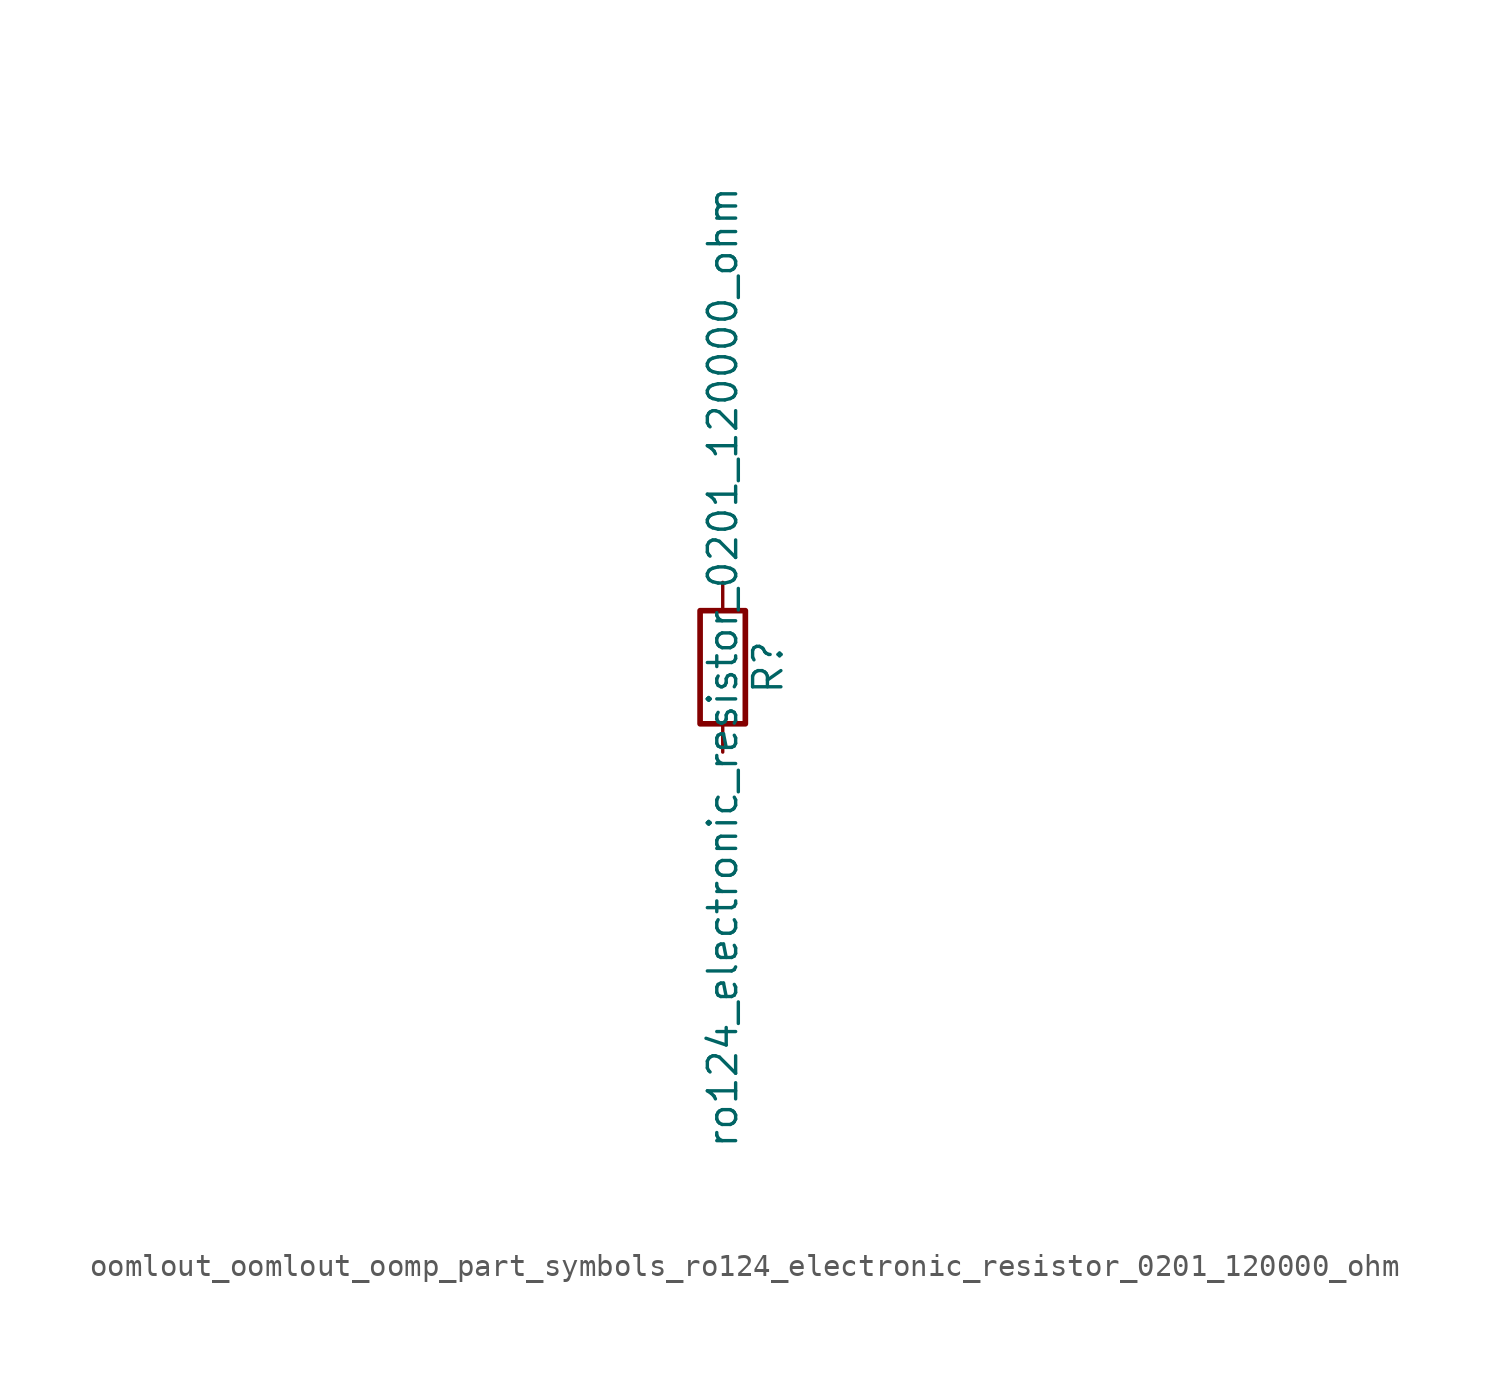
<source format=kicad_sym>
(kicad_symbol_lib
  (version 20220914)
  (generator kicad_symbol_editor)
  (symbol "oomlout_oomlout_oomp_part_symbols_ro124_electronic_resistor_0201_120000_ohm"
    (pin_numbers hide)
    (pin_names
      (offset 0))
    (property "Reference" "R"
      (at 2.032 0 90)
      (effects (font (size 1.27 1.27))))
    (property "Value" "ro124_electronic_resistor_0201_120000_ohm"
      (at 0 0 90)
      (effects (font (size 1.27 1.27))))
    (symbol "oomlout_oomlout_oomp_part_symbols_ro124_electronic_resistor_0201_120000_ohm_0_1"
      (rectangle (start -1.016 -2.54) (end 1.016 2.54) (stroke (width 0.254) (type default)) (fill (type none))))
    (symbol "oomlout_oomlout_oomp_part_symbols_ro124_electronic_resistor_0201_120000_ohm_1_1"
      (pin passive line (at 0 3.81 270) (length 1.27) (name "~" (effects (font (size 1.27 1.27)))) (number "1" (effects (font (size 1.27 1.27)))))
      (pin passive line (at 0 -3.81 90) (length 1.27) (name "~" (effects (font (size 1.27 1.27)))) (number "2" (effects (font (size 1.27 1.27))))))))
</source>
